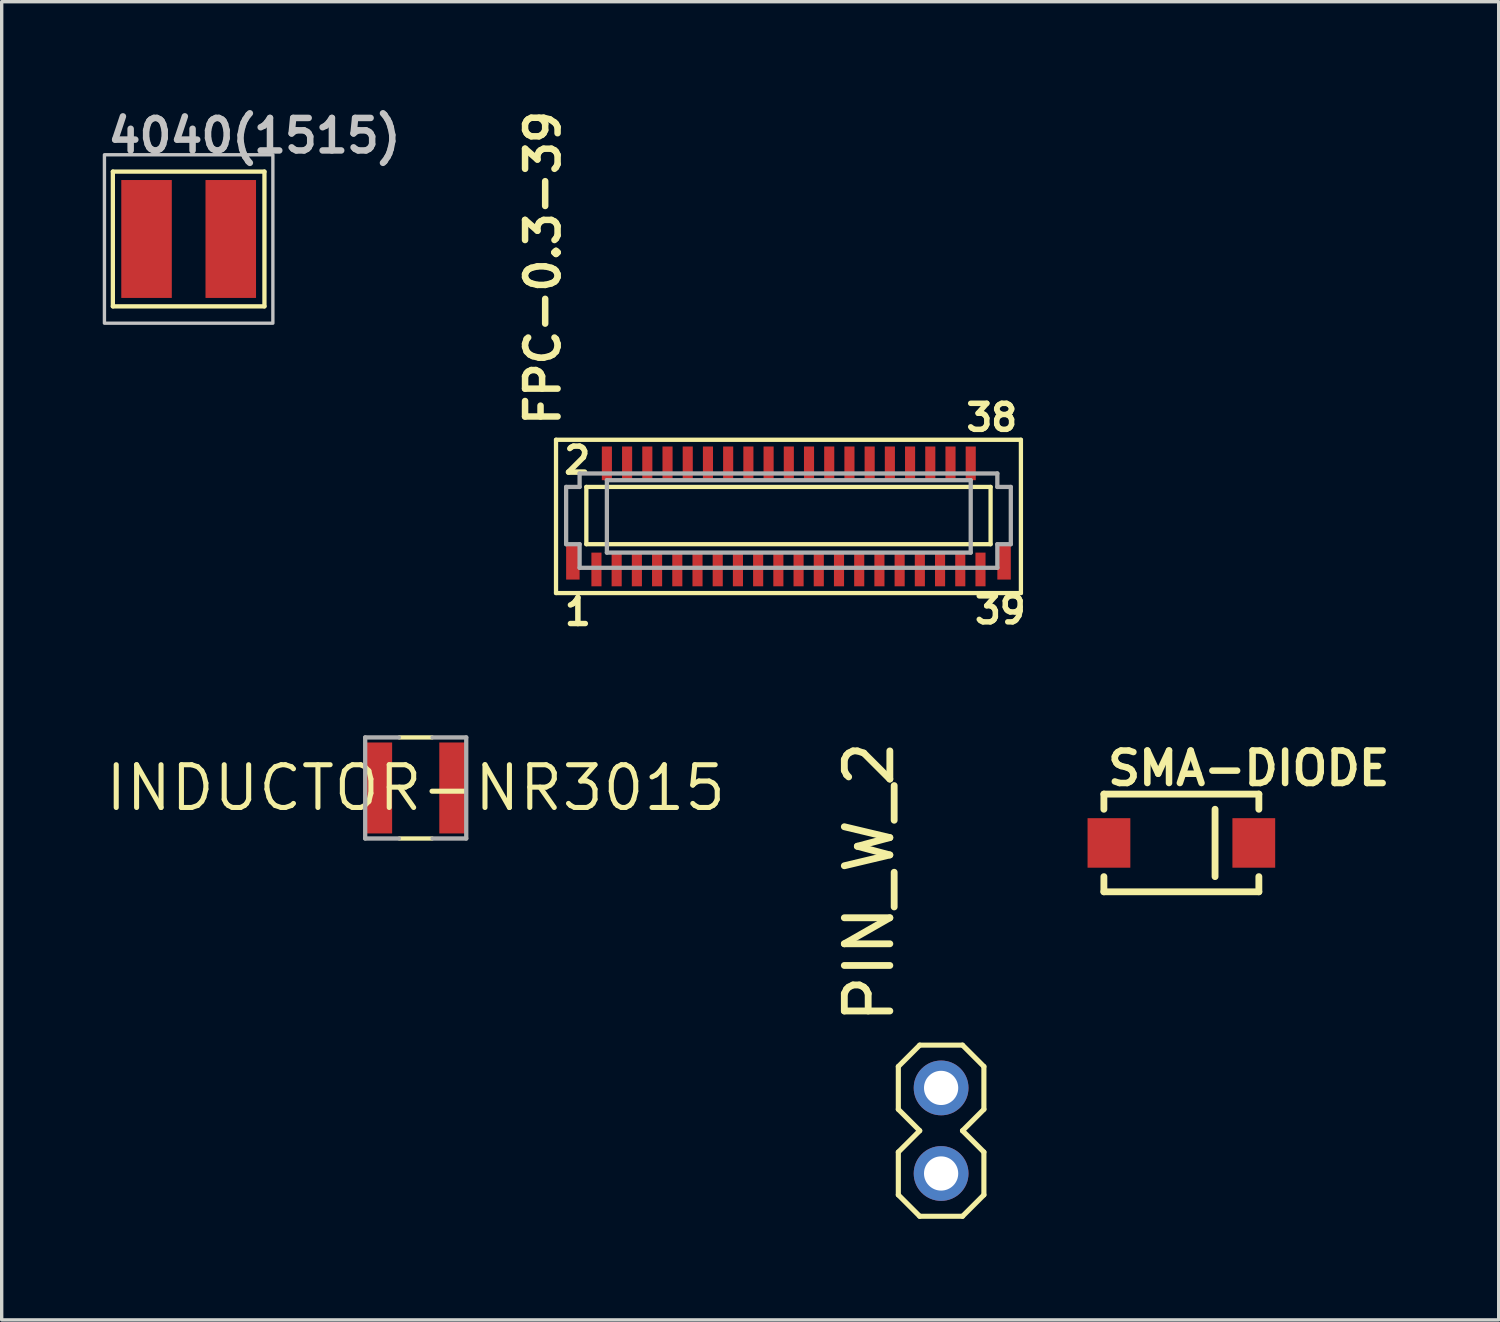
<source format=kicad_pcb>
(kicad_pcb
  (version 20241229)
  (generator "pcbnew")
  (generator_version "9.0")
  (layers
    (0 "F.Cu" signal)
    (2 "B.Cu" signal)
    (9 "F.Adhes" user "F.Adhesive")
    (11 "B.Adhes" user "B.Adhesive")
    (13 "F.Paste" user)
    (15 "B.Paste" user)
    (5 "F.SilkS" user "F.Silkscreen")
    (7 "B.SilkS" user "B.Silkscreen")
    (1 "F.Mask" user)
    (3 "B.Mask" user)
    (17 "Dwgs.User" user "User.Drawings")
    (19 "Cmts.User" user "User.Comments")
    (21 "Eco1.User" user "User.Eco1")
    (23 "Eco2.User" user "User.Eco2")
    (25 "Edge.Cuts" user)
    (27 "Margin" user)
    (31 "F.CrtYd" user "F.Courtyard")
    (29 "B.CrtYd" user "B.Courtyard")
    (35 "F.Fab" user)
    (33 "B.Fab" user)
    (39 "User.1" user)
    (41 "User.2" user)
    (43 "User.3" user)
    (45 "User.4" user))
  (footprint "INDUCTOR-NR3015"
    (layer "F.Cu")
    (at 9.29 20.34)
    (property "Reference" "INDUCTOR-NR3015" (at 0 0 0) (layer "F.SilkS") (effects (font (size 1.27 1.27) (thickness 0.15))))
    (attr through_hole)
    (fp_line (start -0.484 -1.5) (end 0.484 -1.5) (stroke (width 0.127) (type solid)) (layer "F.SilkS"))
    (fp_line (start 0.484 1.5) (end -0.484 1.5) (stroke (width 0.127) (type solid)) (layer "F.SilkS"))
    (fp_line (start -1.5 1.5) (end -1.5 -1.5) (stroke (width 0.127) (type solid)) (layer "F.Fab"))
    (fp_line (start -0.5 -1.5) (end -1.5 -1.5) (stroke (width 0.127) (type solid)) (layer "F.Fab"))
    (fp_line (start -0.5 1.5) (end -1.5 1.5) (stroke (width 0.127) (type solid)) (layer "F.Fab"))
    (fp_line (start 0.5 -1.5) (end 1.5 -1.5) (stroke (width 0.127) (type solid)) (layer "F.Fab"))
    (fp_line (start 0.5 1.5) (end 1.5 1.5) (stroke (width 0.127) (type solid)) (layer "F.Fab"))
    (fp_line (start 1.5 -1.5) (end 1.5 1.5) (stroke (width 0.127) (type solid)) (layer "F.Fab"))
    (pad "1" smd rect (at -1.1 0 90) (size 2.7 0.8) (layers "F.Cu" "F.Mask" "F.Paste"))
    (pad "2" smd rect (at 1.1 0 90) (size 2.7 0.8) (layers "F.Cu" "F.Mask" "F.Paste")))
  (footprint "SMA-DIODE"
    (layer "F.Cu")
    (at 32.018 21.972)
    (property "Reference" "SMA-DIODE" (at -2.286 -1.651 0) (layer "F.SilkS") (effects (font (size 0.965 0.965) (thickness 0.193)) (justify left bottom)))
    (attr through_hole)
    (fp_line (start -2.3 -1.45) (end 2.3 -1.45) (stroke (width 0.203) (type solid)) (layer "F.SilkS"))
    (fp_line (start -2.3 -1) (end -2.3 -1.45) (stroke (width 0.203) (type solid)) (layer "F.SilkS"))
    (fp_line (start -2.3 1.45) (end -2.3 1) (stroke (width 0.203) (type solid)) (layer "F.SilkS"))
    (fp_line (start 1 -1) (end 1 1) (stroke (width 0.203) (type solid)) (layer "F.SilkS"))
    (fp_line (start 2.3 -1.45) (end 2.3 -1) (stroke (width 0.203) (type solid)) (layer "F.SilkS"))
    (fp_line (start 2.3 1) (end 2.3 1.45) (stroke (width 0.203) (type solid)) (layer "F.SilkS"))
    (fp_line (start 2.3 1.45) (end -2.3 1.45) (stroke (width 0.203) (type solid)) (layer "F.SilkS"))
    (pad "A" smd rect (at -2.15 0 180) (size 1.27 1.47) (layers "F.Cu" "F.Mask" "F.Paste"))
    (pad "C" smd rect (at 2.15 0) (size 1.27 1.47) (layers "F.Cu" "F.Mask" "F.Paste")))
  (footprint "FPC-0.3-39"
    (layer "F.Cu")
    (at 15.855 12.404)
    (property "Reference" "FPC-0.3-39" (at -2.226 -2.734 270) (layer "F.SilkS") (effects (font (size 0.965 0.965) (thickness 0.193)) (justify left bottom)))
    (attr through_hole)
    (fp_line (start -2.4 -2.4) (end 11.4 -2.4) (stroke (width 0.127) (type solid)) (layer "F.SilkS"))
    (fp_line (start -2.4 2.15) (end -2.4 -2.4) (stroke (width 0.127) (type solid)) (layer "F.SilkS"))
    (fp_line (start -1.5 -1) (end 10.5 -1) (stroke (width 0.127) (type solid)) (layer "F.SilkS"))
    (fp_line (start -1.5 0.7) (end -1.5 -1) (stroke (width 0.127) (type solid)) (layer "F.SilkS"))
    (fp_line (start 10.5 -1) (end 10.5 0.7) (stroke (width 0.127) (type solid)) (layer "F.SilkS"))
    (fp_line (start 10.5 0.7) (end -1.5 0.7) (stroke (width 0.127) (type solid)) (layer "F.SilkS"))
    (fp_line (start 11.4 -2.4) (end 11.4 2.15) (stroke (width 0.127) (type solid)) (layer "F.SilkS"))
    (fp_line (start 11.4 2.15) (end -2.4 2.15) (stroke (width 0.127) (type solid)) (layer "F.SilkS"))
    (fp_line (start -2.1 -1) (end -2.1 0.7) (stroke (width 0.127) (type solid)) (layer "F.Fab"))
    (fp_line (start -1.7 -1.4) (end -1.7 -1) (stroke (width 0.127) (type solid)) (layer "F.Fab"))
    (fp_line (start -1.7 -1) (end -2.1 -1) (stroke (width 0.127) (type solid)) (layer "F.Fab"))
    (fp_line (start -1.7 0.7) (end -2.1 0.7) (stroke (width 0.127) (type solid)) (layer "F.Fab"))
    (fp_line (start -1.7 1.4) (end -1.7 0.7) (stroke (width 0.127) (type solid)) (layer "F.Fab"))
    (fp_line (start -0.89 -1.2) (end -0.89 0.95) (stroke (width 0.127) (type solid)) (layer "F.Fab"))
    (fp_line (start -0.89 -1.2) (end 9.91 -1.2) (stroke (width 0.127) (type solid)) (layer "F.Fab"))
    (fp_line (start -0.89 0.95) (end 9.91 0.95) (stroke (width 0.127) (type solid)) (layer "F.Fab"))
    (fp_line (start 9.91 -1.2) (end 9.91 0.95) (stroke (width 0.127) (type solid)) (layer "F.Fab"))
    (fp_line (start 10.7 -1.4) (end -1.7 -1.4) (stroke (width 0.127) (type solid)) (layer "F.Fab"))
    (fp_line (start 10.7 -1) (end 10.7 -1.4) (stroke (width 0.127) (type solid)) (layer "F.Fab"))
    (fp_line (start 10.7 0.7) (end 10.7 1.4) (stroke (width 0.127) (type solid)) (layer "F.Fab"))
    (fp_line (start 10.7 0.7) (end 11.1 0.7) (stroke (width 0.127) (type solid)) (layer "F.Fab"))
    (fp_line (start 10.7 1.4) (end -1.7 1.4) (stroke (width 0.127) (type solid)) (layer "F.Fab"))
    (fp_line (start 11.1 -1) (end 10.7 -1) (stroke (width 0.127) (type solid)) (layer "F.Fab"))
    (fp_line (start 11.1 0.7) (end 11.1 -1) (stroke (width 0.127) (type solid)) (layer "F.Fab"))
    (fp_text user "2" (at -2.246 -1.337 0) (layer "F.SilkS") (effects (font (size 0.772 0.772) (thickness 0.163)) (justify left bottom)))
    (fp_text user "38" (at 9.692 -2.607 0) (layer "F.SilkS") (effects (font (size 0.772 0.772) (thickness 0.163)) (justify left bottom)))
    (fp_text user "39" (at 9.946 3.108 0) (layer "F.SilkS") (effects (font (size 0.772 0.772) (thickness 0.163)) (justify left bottom)))
    (fp_text user "1" (at -2.226 3.158 0) (layer "F.SilkS") (effects (font (size 0.772 0.772) (thickness 0.163)) (justify left bottom)))
    (pad "1" smd rect (at -1.2 1.45) (size 0.3 1) (layers "F.Cu" "F.Mask" "F.Paste"))
    (pad "2" smd rect (at -0.89 -1.7) (size 0.3 1) (layers "F.Cu" "F.Mask" "F.Paste"))
    (pad "3" smd rect (at -0.6 1.45) (size 0.3 1) (layers "F.Cu" "F.Mask" "F.Paste"))
    (pad "4" smd rect (at -0.29 -1.7) (size 0.3 1) (layers "F.Cu" "F.Mask" "F.Paste"))
    (pad "5" smd rect (at 0 1.45) (size 0.3 1) (layers "F.Cu" "F.Mask" "F.Paste"))
    (pad "6" smd rect (at 0.31 -1.7) (size 0.3 1) (layers "F.Cu" "F.Mask" "F.Paste"))
    (pad "7" smd rect (at 0.6 1.45) (size 0.3 1) (layers "F.Cu" "F.Mask" "F.Paste"))
    (pad "8" smd rect (at 0.91 -1.7) (size 0.3 1) (layers "F.Cu" "F.Mask" "F.Paste"))
    (pad "9" smd rect (at 1.2 1.45) (size 0.3 1) (layers "F.Cu" "F.Mask" "F.Paste"))
    (pad "10" smd rect (at 1.51 -1.7) (size 0.3 1) (layers "F.Cu" "F.Mask" "F.Paste"))
    (pad "11" smd rect (at 1.8 1.45) (size 0.3 1) (layers "F.Cu" "F.Mask" "F.Paste"))
    (pad "12" smd rect (at 2.11 -1.7) (size 0.3 1) (layers "F.Cu" "F.Mask" "F.Paste"))
    (pad "13" smd rect (at 2.4 1.45) (size 0.3 1) (layers "F.Cu" "F.Mask" "F.Paste"))
    (pad "14" smd rect (at 2.71 -1.7) (size 0.3 1) (layers "F.Cu" "F.Mask" "F.Paste"))
    (pad "15" smd rect (at 3 1.45) (size 0.3 1) (layers "F.Cu" "F.Mask" "F.Paste"))
    (pad "16" smd rect (at 3.31 -1.7) (size 0.3 1) (layers "F.Cu" "F.Mask" "F.Paste"))
    (pad "17" smd rect (at 3.6 1.45) (size 0.3 1) (layers "F.Cu" "F.Mask" "F.Paste"))
    (pad "18" smd rect (at 3.91 -1.7) (size 0.3 1) (layers "F.Cu" "F.Mask" "F.Paste"))
    (pad "19" smd rect (at 4.2 1.45) (size 0.3 1) (layers "F.Cu" "F.Mask" "F.Paste"))
    (pad "20" smd rect (at 4.51 -1.7) (size 0.3 1) (layers "F.Cu" "F.Mask" "F.Paste"))
    (pad "21" smd rect (at 4.8 1.45) (size 0.3 1) (layers "F.Cu" "F.Mask" "F.Paste"))
    (pad "22" smd rect (at 5.11 -1.7) (size 0.3 1) (layers "F.Cu" "F.Mask" "F.Paste"))
    (pad "23" smd rect (at 5.4 1.45) (size 0.3 1) (layers "F.Cu" "F.Mask" "F.Paste"))
    (pad "24" smd rect (at 5.71 -1.7) (size 0.3 1) (layers "F.Cu" "F.Mask" "F.Paste"))
    (pad "25" smd rect (at 6 1.45) (size 0.3 1) (layers "F.Cu" "F.Mask" "F.Paste"))
    (pad "26" smd rect (at 6.31 -1.7) (size 0.3 1) (layers "F.Cu" "F.Mask" "F.Paste"))
    (pad "27" smd rect (at 6.6 1.45) (size 0.3 1) (layers "F.Cu" "F.Mask" "F.Paste"))
    (pad "28" smd rect (at 6.91 -1.7) (size 0.3 1) (layers "F.Cu" "F.Mask" "F.Paste"))
    (pad "29" smd rect (at 7.2 1.45) (size 0.3 1) (layers "F.Cu" "F.Mask" "F.Paste"))
    (pad "30" smd rect (at 7.51 -1.7) (size 0.3 1) (layers "F.Cu" "F.Mask" "F.Paste"))
    (pad "31" smd rect (at 7.8 1.45) (size 0.3 1) (layers "F.Cu" "F.Mask" "F.Paste"))
    (pad "32" smd rect (at 8.11 -1.7) (size 0.3 1) (layers "F.Cu" "F.Mask" "F.Paste"))
    (pad "33" smd rect (at 8.4 1.45) (size 0.3 1) (layers "F.Cu" "F.Mask" "F.Paste"))
    (pad "34" smd rect (at 8.71 -1.7) (size 0.3 1) (layers "F.Cu" "F.Mask" "F.Paste"))
    (pad "35" smd rect (at 9 1.45) (size 0.3 1) (layers "F.Cu" "F.Mask" "F.Paste"))
    (pad "36" smd rect (at 9.31 -1.7) (size 0.3 1) (layers "F.Cu" "F.Mask" "F.Paste"))
    (pad "37" smd rect (at 9.6 1.45) (size 0.3 1) (layers "F.Cu" "F.Mask" "F.Paste"))
    (pad "38" smd rect (at 9.91 -1.7) (size 0.3 1) (layers "F.Cu" "F.Mask" "F.Paste"))
    (pad "39" smd rect (at 10.2 1.45) (size 0.3 1) (layers "F.Cu" "F.Mask" "F.Paste"))
    (pad "H1" smd rect (at -1.9 1.25) (size 0.4 1) (layers "F.Cu" "F.Mask" "F.Paste"))
    (pad "H2" smd rect (at 10.9 1.25) (size 0.4 1) (layers "F.Cu" "F.Mask" "F.Paste")))
  (footprint "PIN_W_2"
    (layer "F.Cu")
    (at 24.886 29.244)
    (property "Reference" "PIN_W_2" (at -1.346 -1.829 270) (layer "F.SilkS") (effects (font (size 1.351 1.351) (thickness 0.203)) (justify left bottom)))
    (attr through_hole)
    (fp_line (start -1.27 -0.635) (end -1.27 0.635) (stroke (width 0.152) (type solid)) (layer "F.SilkS"))
    (fp_line (start -1.27 0.635) (end -0.635 1.27) (stroke (width 0.152) (type solid)) (layer "F.SilkS"))
    (fp_line (start -1.27 1.905) (end -1.27 3.175) (stroke (width 0.152) (type solid)) (layer "F.SilkS"))
    (fp_line (start -1.27 3.175) (end -0.635 3.81) (stroke (width 0.152) (type solid)) (layer "F.SilkS"))
    (fp_line (start -0.635 -1.27) (end -1.27 -0.635) (stroke (width 0.152) (type solid)) (layer "F.SilkS"))
    (fp_line (start -0.635 -1.27) (end 0.635 -1.27) (stroke (width 0.152) (type solid)) (layer "F.SilkS"))
    (fp_line (start -0.635 1.27) (end -1.27 1.905) (stroke (width 0.152) (type solid)) (layer "F.SilkS"))
    (fp_line (start 0.635 -1.27) (end 1.27 -0.635) (stroke (width 0.152) (type solid)) (layer "F.SilkS"))
    (fp_line (start 0.635 1.27) (end 1.27 1.905) (stroke (width 0.152) (type solid)) (layer "F.SilkS"))
    (fp_line (start 0.635 3.81) (end -0.635 3.81) (stroke (width 0.152) (type solid)) (layer "F.SilkS"))
    (fp_line (start 1.27 -0.635) (end 1.27 0.635) (stroke (width 0.152) (type solid)) (layer "F.SilkS"))
    (fp_line (start 1.27 0.635) (end 0.635 1.27) (stroke (width 0.152) (type solid)) (layer "F.SilkS"))
    (fp_line (start 1.27 1.905) (end 1.27 3.175) (stroke (width 0.152) (type solid)) (layer "F.SilkS"))
    (fp_line (start 1.27 3.175) (end 0.635 3.81) (stroke (width 0.152) (type solid)) (layer "F.SilkS"))
    (fp_poly (pts (xy -0.254 0.254) (xy 0.254 0.254) (xy 0.254 -0.254) (xy -0.254 -0.254)) (stroke (width 0.1) (type solid)) (fill no) (layer "F.Fab"))
    (fp_poly (pts (xy -0.254 2.794) (xy 0.254 2.794) (xy 0.254 2.286) (xy -0.254 2.286)) (stroke (width 0.1) (type solid)) (fill no) (layer "F.Fab"))
    (pad "1" thru_hole circle (at 0 0) (size 1.626 1.626) (drill 1.016) (layers "*.Cu" "*.Mask"))
    (pad "2" thru_hole circle (at 0 2.54) (size 1.626 1.626) (drill 1.016) (layers "*.Cu" "*.Mask")))
  (footprint "4040(1515)"
    (layer "F.Cu")
    (at 2.55 4.044)
    (property "Reference" "4040(1515)" (at -2.492 -2.5 0) (layer "Dwgs.User") (effects (font (size 0.965 0.965) (thickness 0.193)) (justify left bottom)))
    (attr through_hole)
    (fp_line (start -2.25 -2) (end 2.25 -2) (stroke (width 0.127) (type solid)) (layer "F.SilkS"))
    (fp_line (start -2.25 2) (end -2.25 -2) (stroke (width 0.127) (type solid)) (layer "F.SilkS"))
    (fp_line (start 2.25 -2) (end 2.25 2) (stroke (width 0.127) (type solid)) (layer "F.SilkS"))
    (fp_line (start 2.25 2) (end -2.25 2) (stroke (width 0.127) (type solid)) (layer "F.SilkS"))
    (fp_poly (pts (xy -2.5 2.5) (xy 2.5 2.5) (xy 2.5 -2.5) (xy -2.5 -2.5)) (stroke (width 0.1) (type solid)) (fill no) (layer "Dwgs.User"))
    (pad "P$1" smd rect (at 1.25 0) (size 1.5 3.5) (layers "F.Cu" "F.Mask" "F.Paste"))
    (pad "P$2" smd rect (at -1.25 0) (size 1.5 3.5) (layers "F.Cu" "F.Mask" "F.Paste")))
  (gr_rect
    (start -3 -3)
    (end 41.437 36.13)
    (stroke (width 0.1) (type default))
    (fill no)
    (layer "Edge.Cuts")))
</source>
